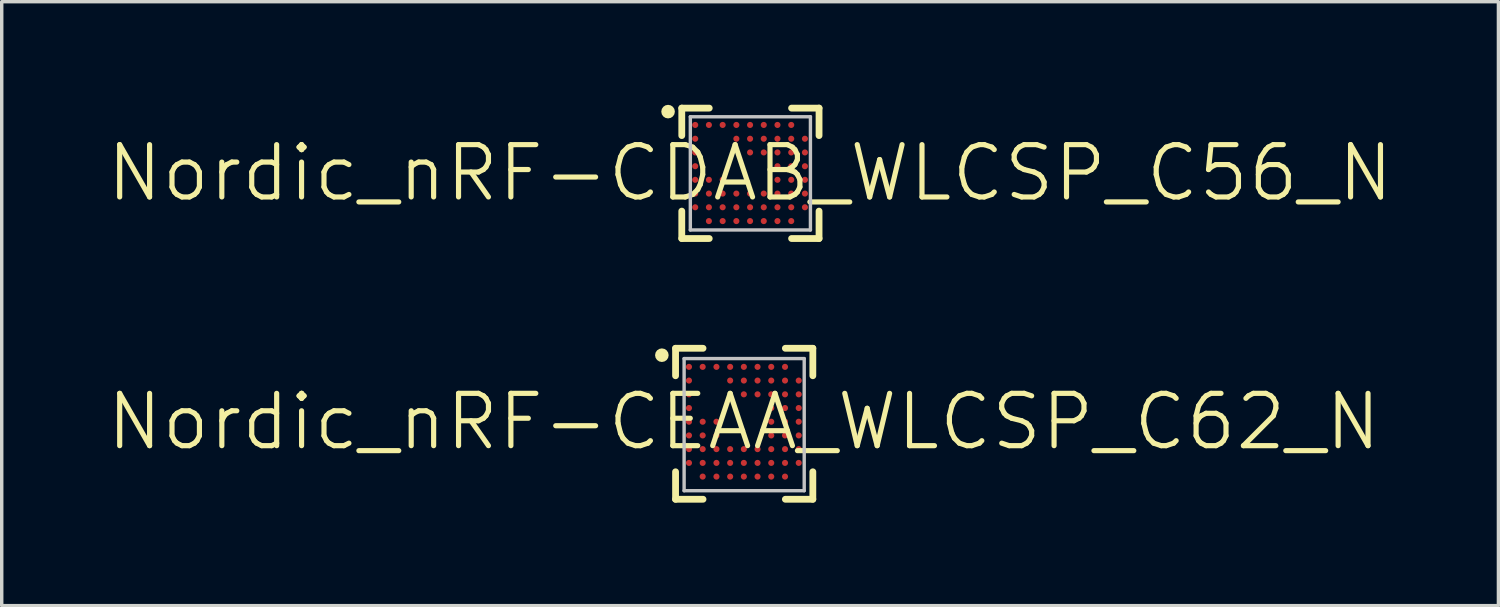
<source format=kicad_pcb>
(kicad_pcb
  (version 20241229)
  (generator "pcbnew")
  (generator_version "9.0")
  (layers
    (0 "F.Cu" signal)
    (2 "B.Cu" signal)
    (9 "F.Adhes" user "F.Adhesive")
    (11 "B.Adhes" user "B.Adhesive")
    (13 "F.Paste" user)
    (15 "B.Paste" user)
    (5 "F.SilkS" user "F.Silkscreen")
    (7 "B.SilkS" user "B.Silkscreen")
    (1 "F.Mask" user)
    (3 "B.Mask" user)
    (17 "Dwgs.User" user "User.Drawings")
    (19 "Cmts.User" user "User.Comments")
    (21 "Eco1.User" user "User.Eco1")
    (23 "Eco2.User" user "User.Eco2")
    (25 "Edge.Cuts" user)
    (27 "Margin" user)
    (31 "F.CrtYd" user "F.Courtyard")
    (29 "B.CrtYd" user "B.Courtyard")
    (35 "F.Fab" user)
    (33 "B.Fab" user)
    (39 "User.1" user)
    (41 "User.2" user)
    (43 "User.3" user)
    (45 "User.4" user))
  (footprint "Nordic_nRF-CDAB_WLCSP_C56_N"
    (layer "F.Cu")
    (at 18.796 1.989)
    (property "Reference" "Nordic_nRF-CDAB_WLCSP_C56_N" (at 0 0 0) (layer "F.SilkS") (effects (font (size 1.524 1.524) (thickness 0.15))))
    (attr smd)
    (fp_line (start -1.989 -1.89) (end -1.989 -1.09) (stroke (width 0.198) (type solid)) (layer "F.SilkS"))
    (fp_line (start -1.989 1.908) (end -1.989 1.11) (stroke (width 0.198) (type solid)) (layer "F.SilkS"))
    (fp_line (start -1.189 -1.89) (end -1.989 -1.89) (stroke (width 0.198) (type solid)) (layer "F.SilkS"))
    (fp_line (start -1.189 1.908) (end -1.989 1.908) (stroke (width 0.198) (type solid)) (layer "F.SilkS"))
    (fp_line (start 1.209 1.908) (end 2.009 1.908) (stroke (width 0.198) (type solid)) (layer "F.SilkS"))
    (fp_line (start 2.009 -1.89) (end 1.209 -1.89) (stroke (width 0.198) (type solid)) (layer "F.SilkS"))
    (fp_line (start 2.009 -1.89) (end 2.009 -1.09) (stroke (width 0.198) (type solid)) (layer "F.SilkS"))
    (fp_line (start 2.009 1.908) (end 2.009 1.11) (stroke (width 0.198) (type solid)) (layer "F.SilkS"))
    (fp_circle (center -2.388 -1.788) (end -2.388 -1.887) (stroke (width 0.198) (type solid)) (fill no) (layer "F.SilkS"))
    (fp_line (start -1.74 -1.638) (end -1.74 1.659) (stroke (width 0.099) (type solid)) (layer "Dwgs.User"))
    (fp_line (start -1.74 1.659) (end 1.758 1.659) (stroke (width 0.099) (type solid)) (layer "Dwgs.User"))
    (fp_line (start 1.758 -1.638) (end -1.74 -1.638) (stroke (width 0.099) (type solid)) (layer "Dwgs.User"))
    (fp_line (start 1.758 1.659) (end 1.758 -1.638) (stroke (width 0.099) (type solid)) (layer "Dwgs.User"))
    (pad "P$A1" smd circle (at -1.598 -1.4) (size 0.178 0.178) (layers "F.Cu" "F.Mask" "F.Paste"))
    (pad "P$A2" smd circle (at -1.199 -1.4) (size 0.178 0.178) (layers "F.Cu" "F.Mask" "F.Paste"))
    (pad "P$A3" smd circle (at -0.798 -1.4) (size 0.178 0.178) (layers "F.Cu" "F.Mask" "F.Paste"))
    (pad "P$A4" smd circle (at -0.399 -1.4) (size 0.178 0.178) (layers "F.Cu" "F.Mask" "F.Paste"))
    (pad "P$A5" smd circle (at 0 -1.4) (size 0.178 0.178) (layers "F.Cu" "F.Mask" "F.Paste"))
    (pad "P$A6" smd circle (at 0.399 -1.4) (size 0.178 0.178) (layers "F.Cu" "F.Mask" "F.Paste"))
    (pad "P$A7" smd circle (at 0.798 -1.4) (size 0.178 0.178) (layers "F.Cu" "F.Mask" "F.Paste"))
    (pad "P$A8" smd circle (at 1.199 -1.4) (size 0.178 0.178) (layers "F.Cu" "F.Mask" "F.Paste"))
    (pad "P$B1" smd circle (at -1.598 -0.998) (size 0.178 0.178) (layers "F.Cu" "F.Mask" "F.Paste"))
    (pad "P$B4" smd circle (at -0.399 -0.998) (size 0.178 0.178) (layers "F.Cu" "F.Mask" "F.Paste"))
    (pad "P$B5" smd circle (at 0 -0.998) (size 0.178 0.178) (layers "F.Cu" "F.Mask" "F.Paste"))
    (pad "P$B6" smd circle (at 0.399 -0.998) (size 0.178 0.178) (layers "F.Cu" "F.Mask" "F.Paste"))
    (pad "P$B7" smd circle (at 0.798 -0.998) (size 0.178 0.178) (layers "F.Cu" "F.Mask" "F.Paste"))
    (pad "P$B8" smd circle (at 1.199 -0.998) (size 0.178 0.178) (layers "F.Cu" "F.Mask" "F.Paste"))
    (pad "P$B9" smd circle (at 1.598 -0.998) (size 0.178 0.178) (layers "F.Cu" "F.Mask" "F.Paste"))
    (pad "P$C1" smd circle (at -1.598 -0.599) (size 0.178 0.178) (layers "F.Cu" "F.Mask" "F.Paste"))
    (pad "P$C5" smd circle (at 0 -0.599) (size 0.178 0.178) (layers "F.Cu" "F.Mask" "F.Paste"))
    (pad "P$C6" smd circle (at 0.399 -0.599) (size 0.178 0.178) (layers "F.Cu" "F.Mask" "F.Paste"))
    (pad "P$C7" smd circle (at 0.798 -0.599) (size 0.178 0.178) (layers "F.Cu" "F.Mask" "F.Paste"))
    (pad "P$C8" smd circle (at 1.199 -0.599) (size 0.178 0.178) (layers "F.Cu" "F.Mask" "F.Paste"))
    (pad "P$C9" smd circle (at 1.598 -0.599) (size 0.178 0.178) (layers "F.Cu" "F.Mask" "F.Paste"))
    (pad "P$D1" smd circle (at -1.598 -0.198) (size 0.178 0.178) (layers "F.Cu" "F.Mask" "F.Paste"))
    (pad "P$D7" smd circle (at 0.798 -0.198) (size 0.178 0.178) (layers "F.Cu" "F.Mask" "F.Paste"))
    (pad "P$D8" smd circle (at 1.199 -0.198) (size 0.178 0.178) (layers "F.Cu" "F.Mask" "F.Paste"))
    (pad "P$D9" smd circle (at 1.598 -0.198) (size 0.178 0.178) (layers "F.Cu" "F.Mask" "F.Paste"))
    (pad "P$E1" smd circle (at -1.598 0.198) (size 0.178 0.178) (layers "F.Cu" "F.Mask" "F.Paste"))
    (pad "P$E2" smd circle (at -1.199 0.198) (size 0.178 0.178) (layers "F.Cu" "F.Mask" "F.Paste"))
    (pad "P$E3" smd circle (at -0.798 0.198) (size 0.178 0.178) (layers "F.Cu" "F.Mask" "F.Paste"))
    (pad "P$E7" smd circle (at 0.798 0.198) (size 0.178 0.178) (layers "F.Cu" "F.Mask" "F.Paste"))
    (pad "P$E8" smd circle (at 1.199 0.198) (size 0.178 0.178) (layers "F.Cu" "F.Mask" "F.Paste"))
    (pad "P$E9" smd circle (at 1.598 0.198) (size 0.178 0.178) (layers "F.Cu" "F.Mask" "F.Paste"))
    (pad "P$F1" smd circle (at -1.598 0.599) (size 0.178 0.178) (layers "F.Cu" "F.Mask" "F.Paste"))
    (pad "P$F2" smd circle (at -1.199 0.599) (size 0.178 0.178) (layers "F.Cu" "F.Mask" "F.Paste"))
    (pad "P$F3" smd circle (at -0.798 0.599) (size 0.178 0.178) (layers "F.Cu" "F.Mask" "F.Paste"))
    (pad "P$F4" smd circle (at -0.399 0.599) (size 0.178 0.178) (layers "F.Cu" "F.Mask" "F.Paste"))
    (pad "P$F5" smd circle (at 0 0.599) (size 0.178 0.178) (layers "F.Cu" "F.Mask" "F.Paste"))
    (pad "P$F6" smd circle (at 0.399 0.599) (size 0.178 0.178) (layers "F.Cu" "F.Mask" "F.Paste"))
    (pad "P$F7" smd circle (at 0.798 0.599) (size 0.178 0.178) (layers "F.Cu" "F.Mask" "F.Paste"))
    (pad "P$F8" smd circle (at 1.199 0.599) (size 0.178 0.178) (layers "F.Cu" "F.Mask" "F.Paste"))
    (pad "P$F9" smd circle (at 1.598 0.599) (size 0.178 0.178) (layers "F.Cu" "F.Mask" "F.Paste"))
    (pad "P$G1" smd circle (at -1.598 0.998) (size 0.178 0.178) (layers "F.Cu" "F.Mask" "F.Paste"))
    (pad "P$G2" smd circle (at -1.199 0.998) (size 0.178 0.178) (layers "F.Cu" "F.Mask" "F.Paste"))
    (pad "P$G3" smd circle (at -0.798 0.998) (size 0.178 0.178) (layers "F.Cu" "F.Mask" "F.Paste"))
    (pad "P$G4" smd circle (at -0.399 0.998) (size 0.178 0.178) (layers "F.Cu" "F.Mask" "F.Paste"))
    (pad "P$G5" smd circle (at 0 0.998) (size 0.178 0.178) (layers "F.Cu" "F.Mask" "F.Paste"))
    (pad "P$G6" smd circle (at 0.399 0.998) (size 0.178 0.178) (layers "F.Cu" "F.Mask" "F.Paste"))
    (pad "P$G7" smd circle (at 0.798 0.998) (size 0.178 0.178) (layers "F.Cu" "F.Mask" "F.Paste"))
    (pad "P$G8" smd circle (at 1.199 0.998) (size 0.178 0.178) (layers "F.Cu" "F.Mask" "F.Paste"))
    (pad "P$G9" smd circle (at 1.598 0.998) (size 0.178 0.178) (layers "F.Cu" "F.Mask" "F.Paste"))
    (pad "P$H2" smd circle (at -1.199 1.4) (size 0.178 0.178) (layers "F.Cu" "F.Mask" "F.Paste"))
    (pad "P$H3" smd circle (at -0.798 1.4) (size 0.178 0.178) (layers "F.Cu" "F.Mask" "F.Paste"))
    (pad "P$H4" smd circle (at -0.399 1.4) (size 0.178 0.178) (layers "F.Cu" "F.Mask" "F.Paste"))
    (pad "P$H5" smd circle (at 0 1.4) (size 0.178 0.178) (layers "F.Cu" "F.Mask" "F.Paste"))
    (pad "P$H6" smd circle (at 0.399 1.4) (size 0.178 0.178) (layers "F.Cu" "F.Mask" "F.Paste"))
    (pad "P$H7" smd circle (at 0.798 1.4) (size 0.178 0.178) (layers "F.Cu" "F.Mask" "F.Paste"))
    (pad "P$H8" smd circle (at 1.199 1.4) (size 0.178 0.178) (layers "F.Cu" "F.Mask" "F.Paste")))
  (footprint "Nordic_nRF-CEAA_WLCSP_C62_N"
    (layer "F.Cu")
    (at 18.615 9.233)
    (property "Reference" "Nordic_nRF-CEAA_WLCSP_C62_N" (at 0 0 0) (layer "F.SilkS") (effects (font (size 1.524 1.524) (thickness 0.15))))
    (attr smd)
    (fp_line (start -1.989 -2.139) (end -1.989 -1.339) (stroke (width 0.198) (type solid)) (layer "F.SilkS"))
    (fp_line (start -1.989 2.258) (end -1.989 1.458) (stroke (width 0.198) (type solid)) (layer "F.SilkS"))
    (fp_line (start -1.189 -2.139) (end -1.989 -2.139) (stroke (width 0.198) (type solid)) (layer "F.SilkS"))
    (fp_line (start -1.189 2.258) (end -1.989 2.258) (stroke (width 0.198) (type solid)) (layer "F.SilkS"))
    (fp_line (start 1.209 2.258) (end 2.009 2.258) (stroke (width 0.198) (type solid)) (layer "F.SilkS"))
    (fp_line (start 2.009 -2.139) (end 1.209 -2.139) (stroke (width 0.198) (type solid)) (layer "F.SilkS"))
    (fp_line (start 2.009 -2.139) (end 2.009 -1.339) (stroke (width 0.198) (type solid)) (layer "F.SilkS"))
    (fp_line (start 2.009 2.258) (end 2.009 1.458) (stroke (width 0.198) (type solid)) (layer "F.SilkS"))
    (fp_circle (center -2.388 -1.938) (end -2.388 -2.037) (stroke (width 0.198) (type solid)) (fill no) (layer "F.SilkS"))
    (fp_line (start -1.74 -1.839) (end -1.74 2.009) (stroke (width 0.099) (type solid)) (layer "Dwgs.User"))
    (fp_line (start -1.74 2.009) (end 1.758 2.009) (stroke (width 0.099) (type solid)) (layer "Dwgs.User"))
    (fp_line (start 1.758 -1.839) (end -1.74 -1.839) (stroke (width 0.099) (type solid)) (layer "Dwgs.User"))
    (fp_line (start 1.758 2.009) (end 1.758 -1.839) (stroke (width 0.099) (type solid)) (layer "Dwgs.User"))
    (pad "P$A1" smd circle (at -1.598 -1.598) (size 0.178 0.178) (layers "F.Cu" "F.Mask" "F.Paste"))
    (pad "P$A2" smd circle (at -1.199 -1.598) (size 0.178 0.178) (layers "F.Cu" "F.Mask" "F.Paste"))
    (pad "P$A3" smd circle (at -0.798 -1.598) (size 0.178 0.178) (layers "F.Cu" "F.Mask" "F.Paste"))
    (pad "P$A4" smd circle (at -0.399 -1.598) (size 0.178 0.178) (layers "F.Cu" "F.Mask" "F.Paste"))
    (pad "P$A5" smd circle (at 0 -1.598) (size 0.178 0.178) (layers "F.Cu" "F.Mask" "F.Paste"))
    (pad "P$A6" smd circle (at 0.399 -1.598) (size 0.178 0.178) (layers "F.Cu" "F.Mask" "F.Paste"))
    (pad "P$A7" smd circle (at 0.798 -1.598) (size 0.178 0.178) (layers "F.Cu" "F.Mask" "F.Paste"))
    (pad "P$A8" smd circle (at 1.199 -1.598) (size 0.178 0.178) (layers "F.Cu" "F.Mask" "F.Paste"))
    (pad "P$B1" smd circle (at -1.598 -1.199) (size 0.178 0.178) (layers "F.Cu" "F.Mask" "F.Paste"))
    (pad "P$B4" smd circle (at -0.399 -1.199) (size 0.178 0.178) (layers "F.Cu" "F.Mask" "F.Paste"))
    (pad "P$B5" smd circle (at 0 -1.199) (size 0.178 0.178) (layers "F.Cu" "F.Mask" "F.Paste"))
    (pad "P$B6" smd circle (at 0.399 -1.199) (size 0.178 0.178) (layers "F.Cu" "F.Mask" "F.Paste"))
    (pad "P$B7" smd circle (at 0.798 -1.199) (size 0.178 0.178) (layers "F.Cu" "F.Mask" "F.Paste"))
    (pad "P$B8" smd circle (at 1.199 -1.199) (size 0.178 0.178) (layers "F.Cu" "F.Mask" "F.Paste"))
    (pad "P$B9" smd circle (at 1.598 -1.199) (size 0.178 0.178) (layers "F.Cu" "F.Mask" "F.Paste"))
    (pad "P$C1" smd circle (at -1.598 -0.798) (size 0.178 0.178) (layers "F.Cu" "F.Mask" "F.Paste"))
    (pad "P$C5" smd circle (at 0 -0.798) (size 0.178 0.178) (layers "F.Cu" "F.Mask" "F.Paste"))
    (pad "P$C6" smd circle (at 0.399 -0.798) (size 0.178 0.178) (layers "F.Cu" "F.Mask" "F.Paste"))
    (pad "P$C7" smd circle (at 0.798 -0.798) (size 0.178 0.178) (layers "F.Cu" "F.Mask" "F.Paste"))
    (pad "P$C8" smd circle (at 1.199 -0.798) (size 0.178 0.178) (layers "F.Cu" "F.Mask" "F.Paste"))
    (pad "P$C9" smd circle (at 1.598 -0.798) (size 0.178 0.178) (layers "F.Cu" "F.Mask" "F.Paste"))
    (pad "P$D1" smd circle (at -1.598 -0.399) (size 0.178 0.178) (layers "F.Cu" "F.Mask" "F.Paste"))
    (pad "P$D7" smd circle (at 0.798 -0.399) (size 0.178 0.178) (layers "F.Cu" "F.Mask" "F.Paste"))
    (pad "P$D8" smd circle (at 1.199 -0.399) (size 0.178 0.178) (layers "F.Cu" "F.Mask" "F.Paste"))
    (pad "P$D9" smd circle (at 1.598 -0.399) (size 0.178 0.178) (layers "F.Cu" "F.Mask" "F.Paste"))
    (pad "P$E1" smd circle (at -1.598 0) (size 0.178 0.178) (layers "F.Cu" "F.Mask" "F.Paste"))
    (pad "P$E2" smd circle (at -1.199 0) (size 0.178 0.178) (layers "F.Cu" "F.Mask" "F.Paste"))
    (pad "P$E3" smd circle (at -0.798 0) (size 0.178 0.178) (layers "F.Cu" "F.Mask" "F.Paste"))
    (pad "P$E7" smd circle (at 0.798 0) (size 0.178 0.178) (layers "F.Cu" "F.Mask" "F.Paste"))
    (pad "P$E8" smd circle (at 1.199 0) (size 0.178 0.178) (layers "F.Cu" "F.Mask" "F.Paste"))
    (pad "P$E9" smd circle (at 1.598 0) (size 0.178 0.178) (layers "F.Cu" "F.Mask" "F.Paste"))
    (pad "P$F1" smd circle (at -1.598 0.399) (size 0.178 0.178) (layers "F.Cu" "F.Mask" "F.Paste"))
    (pad "P$F2" smd circle (at -1.199 0.399) (size 0.178 0.178) (layers "F.Cu" "F.Mask" "F.Paste"))
    (pad "P$F3" smd circle (at -0.798 0.399) (size 0.178 0.178) (layers "F.Cu" "F.Mask" "F.Paste"))
    (pad "P$F7" smd circle (at 0.798 0.399) (size 0.178 0.178) (layers "F.Cu" "F.Mask" "F.Paste"))
    (pad "P$F8" smd circle (at 1.199 0.399) (size 0.178 0.178) (layers "F.Cu" "F.Mask" "F.Paste"))
    (pad "P$F9" smd circle (at 1.598 0.399) (size 0.178 0.178) (layers "F.Cu" "F.Mask" "F.Paste"))
    (pad "P$G1" smd circle (at -1.598 0.798) (size 0.178 0.178) (layers "F.Cu" "F.Mask" "F.Paste"))
    (pad "P$G2" smd circle (at -1.199 0.798) (size 0.178 0.178) (layers "F.Cu" "F.Mask" "F.Paste"))
    (pad "P$G3" smd circle (at -0.798 0.798) (size 0.178 0.178) (layers "F.Cu" "F.Mask" "F.Paste"))
    (pad "P$G4" smd circle (at -0.399 0.798) (size 0.178 0.178) (layers "F.Cu" "F.Mask" "F.Paste"))
    (pad "P$G5" smd circle (at 0 0.798) (size 0.178 0.178) (layers "F.Cu" "F.Mask" "F.Paste"))
    (pad "P$G6" smd circle (at 0.399 0.798) (size 0.178 0.178) (layers "F.Cu" "F.Mask" "F.Paste"))
    (pad "P$G7" smd circle (at 0.798 0.798) (size 0.178 0.178) (layers "F.Cu" "F.Mask" "F.Paste"))
    (pad "P$G8" smd circle (at 1.199 0.798) (size 0.178 0.178) (layers "F.Cu" "F.Mask" "F.Paste"))
    (pad "P$G9" smd circle (at 1.598 0.798) (size 0.178 0.178) (layers "F.Cu" "F.Mask" "F.Paste"))
    (pad "P$H1" smd circle (at -1.598 1.199) (size 0.178 0.178) (layers "F.Cu" "F.Mask" "F.Paste"))
    (pad "P$H2" smd circle (at -1.199 1.199) (size 0.178 0.178) (layers "F.Cu" "F.Mask" "F.Paste"))
    (pad "P$H3" smd circle (at -0.798 1.199) (size 0.178 0.178) (layers "F.Cu" "F.Mask" "F.Paste"))
    (pad "P$H4" smd circle (at -0.399 1.199) (size 0.178 0.178) (layers "F.Cu" "F.Mask" "F.Paste"))
    (pad "P$H5" smd circle (at 0 1.199) (size 0.178 0.178) (layers "F.Cu" "F.Mask" "F.Paste"))
    (pad "P$H6" smd circle (at 0.399 1.199) (size 0.178 0.178) (layers "F.Cu" "F.Mask" "F.Paste"))
    (pad "P$H7" smd circle (at 0.798 1.199) (size 0.178 0.178) (layers "F.Cu" "F.Mask" "F.Paste"))
    (pad "P$H8" smd circle (at 1.199 1.199) (size 0.178 0.178) (layers "F.Cu" "F.Mask" "F.Paste"))
    (pad "P$H9" smd circle (at 1.598 1.199) (size 0.178 0.178) (layers "F.Cu" "F.Mask" "F.Paste"))
    (pad "P$J2" smd circle (at -1.199 1.598) (size 0.178 0.178) (layers "F.Cu" "F.Mask" "F.Paste"))
    (pad "P$J3" smd circle (at -0.798 1.598) (size 0.178 0.178) (layers "F.Cu" "F.Mask" "F.Paste"))
    (pad "P$J4" smd circle (at -0.399 1.598) (size 0.178 0.178) (layers "F.Cu" "F.Mask" "F.Paste"))
    (pad "P$J5" smd circle (at 0 1.598) (size 0.178 0.178) (layers "F.Cu" "F.Mask" "F.Paste"))
    (pad "P$J6" smd circle (at 0.399 1.598) (size 0.178 0.178) (layers "F.Cu" "F.Mask" "F.Paste"))
    (pad "P$J7" smd circle (at 0.798 1.598) (size 0.178 0.178) (layers "F.Cu" "F.Mask" "F.Paste"))
    (pad "P$J8" smd circle (at 1.199 1.598) (size 0.178 0.178) (layers "F.Cu" "F.Mask" "F.Paste")))
  (gr_rect
    (start -3 -3)
    (end 40.592 14.59)
    (stroke (width 0.1) (type default))
    (fill no)
    (layer "Edge.Cuts")))
</source>
